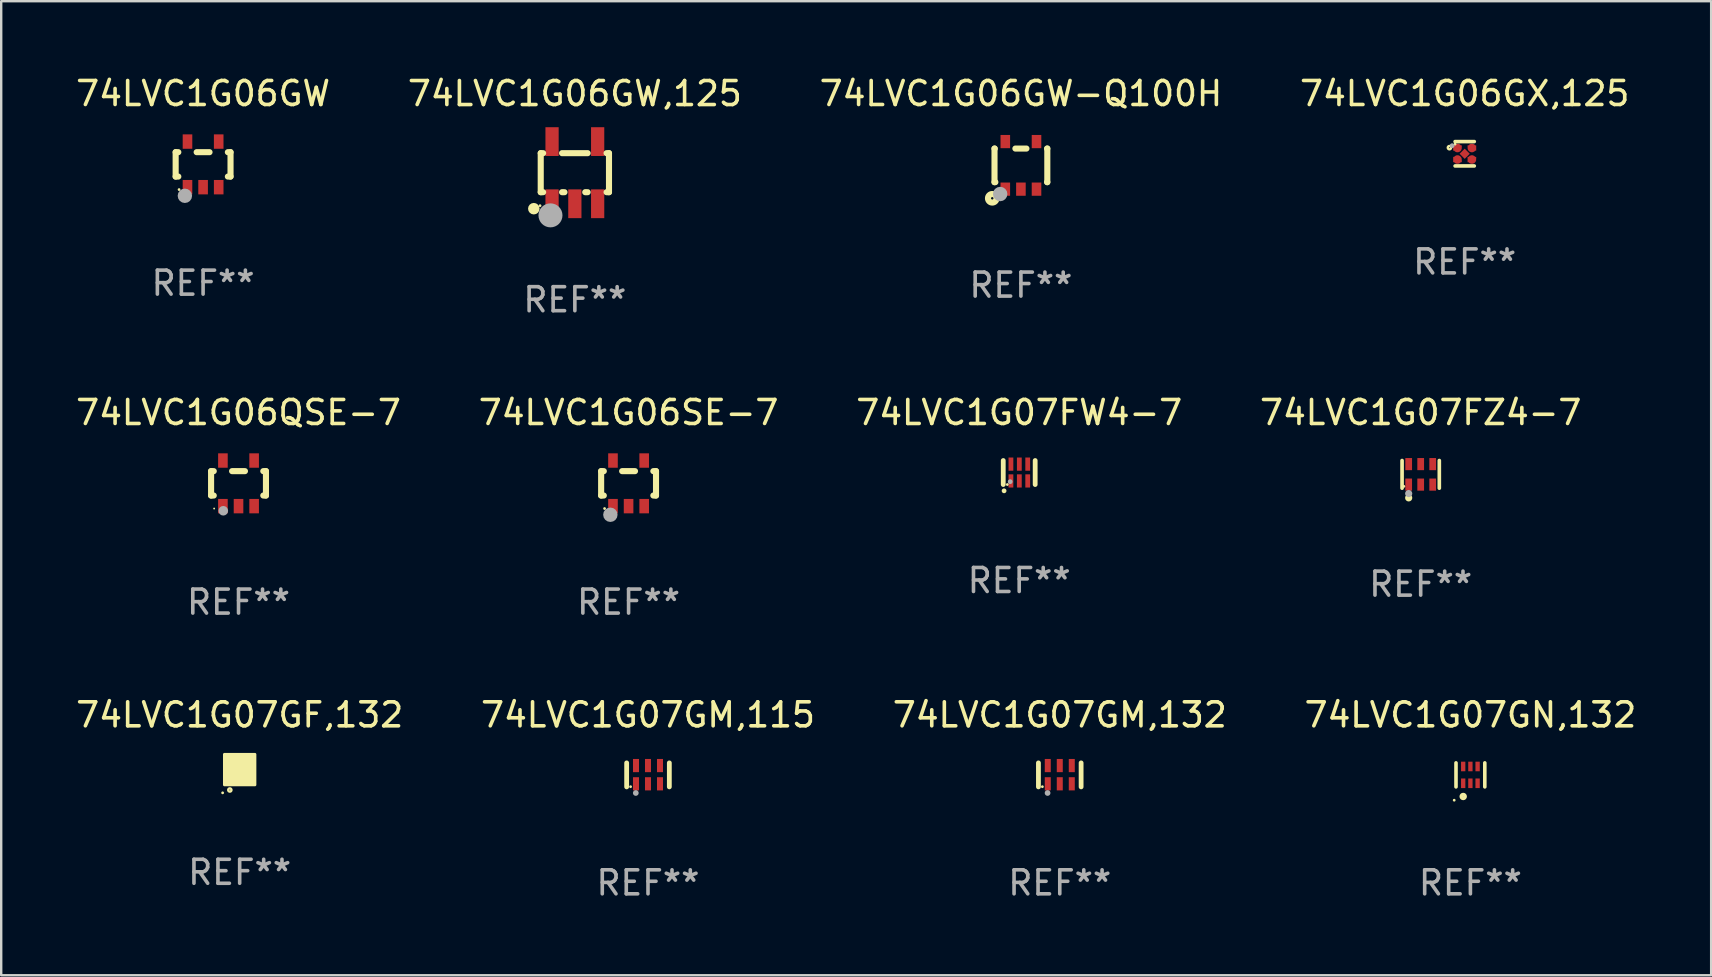
<source format=kicad_pcb>
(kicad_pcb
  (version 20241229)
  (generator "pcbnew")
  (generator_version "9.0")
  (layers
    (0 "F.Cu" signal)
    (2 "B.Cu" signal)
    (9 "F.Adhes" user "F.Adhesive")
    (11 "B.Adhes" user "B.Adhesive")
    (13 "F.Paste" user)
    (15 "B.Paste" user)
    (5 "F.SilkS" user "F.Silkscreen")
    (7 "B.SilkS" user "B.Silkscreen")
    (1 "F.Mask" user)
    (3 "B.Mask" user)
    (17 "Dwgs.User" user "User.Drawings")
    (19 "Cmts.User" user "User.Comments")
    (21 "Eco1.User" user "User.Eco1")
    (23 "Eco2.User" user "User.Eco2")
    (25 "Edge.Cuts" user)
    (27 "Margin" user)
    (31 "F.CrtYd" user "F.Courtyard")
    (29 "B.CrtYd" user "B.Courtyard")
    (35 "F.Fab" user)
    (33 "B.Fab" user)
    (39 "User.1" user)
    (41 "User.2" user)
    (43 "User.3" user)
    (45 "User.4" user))
  (footprint "74LVC1G06GX,125"
    (layer "F.Cu")
    (at 57.97 3.356)
    (property "Reference" "74LVC1G06GX,125" (at 0 -2.508 0) (layer "F.SilkS") (effects (font (size 1 1) (thickness 0.15))))
    (attr through_hole)
    (fp_line (start 0.4 -0.508) (end -0.4 -0.508) (stroke (width 0.15) (type solid)) (layer "F.SilkS"))
    (fp_line (start 0.4 0.508) (end -0.4 0.508) (stroke (width 0.15) (type solid)) (layer "F.SilkS"))
    (fp_circle (center -0.635 -0.254) (end -0.615 -0.254) (stroke (width 0.1) (type solid)) (fill no) (layer "F.SilkS"))
    (fp_circle (center -0.401 -0.4) (end -0.371 -0.4) (stroke (width 0.06) (type solid)) (fill no) (layer "F.SilkS"))
    (fp_circle (center -0.523 -0.337) (end -0.473 -0.337) (stroke (width 0.1) (type solid)) (fill no) (layer "F.Fab"))
    (fp_text user "REF**" (at 0 4.508 0) (layer "F.Fab") (effects (font (size 1 1) (thickness 0.15))))
    (pad "1" smd custom (at -0.3 -0.24) (size 0.36 0.22) (layers "F.Cu" "F.Mask" "F.Paste") (options (anchor circle)) (primitives (gr_poly (pts (xy -0.18 -0.11) (xy -0.18 0.11) (xy 0.000127 0.11) (xy 0.18 -0.03) (xy 0.18 -0.11) (xy -0.18 -0.11)) (width 0) (fill yes))))
    (pad "2" smd custom (at -0.3 0.24) (size 0.36 0.22) (layers "F.Cu" "F.Mask" "F.Paste") (options (anchor circle)) (primitives (gr_poly (pts (xy -0.18 0.11) (xy -0.18 -0.11) (xy 0.000127 -0.11) (xy 0.18 0.03) (xy 0.18 0.11) (xy -0.18 0.11)) (width 0) (fill yes))))
    (pad "3" smd rect (at 0.000102 -0.000127 45) (size 0.3 0.3) (layers "F.Cu" "F.Mask" "F.Paste"))
    (pad "4" smd custom (at 0.3 0.24 180) (size 0.36 0.22) (layers "F.Cu" "F.Mask" "F.Paste") (options (anchor circle)) (primitives (gr_poly (pts (xy 0.18 0.11) (xy 0.18 -0.11) (xy -0.000178 -0.11) (xy -0.18 0.03) (xy -0.18 0.11) (xy 0.18 0.11)) (width 0) (fill yes))))
    (pad "5" smd custom (at 0.3 -0.24) (size 0.36 0.22) (layers "F.Cu" "F.Mask" "F.Paste") (options (anchor circle)) (primitives (gr_poly (pts (xy 0.18 -0.11) (xy 0.18 0.11) (xy -0.000152 0.11) (xy -0.18 -0.03) (xy -0.18 -0.11) (xy 0.18 -0.11)) (width 0) (fill yes)))))
  (footprint "74LVC1G06SE-7"
    (layer "F.Cu")
    (at 23.137 17.086)
    (property "Reference" "74LVC1G06SE-7" (at 0 -2.95 0) (layer "F.SilkS") (effects (font (size 1 1) (thickness 0.15))))
    (attr through_hole)
    (fp_line (start -1.143 -0.508) (end -1.032 -0.508) (stroke (width 0.254) (type solid)) (layer "F.SilkS"))
    (fp_line (start -1.143 0.508) (end -1.143 -0.508) (stroke (width 0.254) (type solid)) (layer "F.SilkS"))
    (fp_line (start -1.032 0.508) (end -1.143 0.508) (stroke (width 0.254) (type solid)) (layer "F.SilkS"))
    (fp_line (start -0.268 -0.508) (end 0.268 -0.508) (stroke (width 0.254) (type solid)) (layer "F.SilkS"))
    (fp_line (start 1.032 -0.508) (end 1.143 -0.508) (stroke (width 0.254) (type solid)) (layer "F.SilkS"))
    (fp_line (start 1.143 -0.508) (end 1.143 0.508) (stroke (width 0.254) (type solid)) (layer "F.SilkS"))
    (fp_line (start 1.143 0.508) (end 1.032 0.508) (stroke (width 0.254) (type solid)) (layer "F.SilkS"))
    (fp_circle (center -1 1.05) (end -0.97 1.05) (stroke (width 0.06) (type solid)) (fill no) (layer "F.SilkS"))
    (fp_circle (center -0.759 1.309) (end -0.609 1.309) (stroke (width 0.3) (type solid)) (fill no) (layer "F.Fab"))
    (fp_text user "REF**" (at 0 4.95 0) (layer "F.Fab") (effects (font (size 1 1) (thickness 0.15))))
    (pad "1" smd rect (at -0.65 0.95 180) (size 0.4 0.6) (layers "F.Cu" "F.Mask" "F.Paste"))
    (pad "2" smd rect (at 0 0.95 180) (size 0.4 0.6) (layers "F.Cu" "F.Mask" "F.Paste"))
    (pad "3" smd rect (at 0.65 0.95 180) (size 0.4 0.6) (layers "F.Cu" "F.Mask" "F.Paste"))
    (pad "4" smd rect (at 0.65 -0.95 180) (size 0.4 0.6) (layers "F.Cu" "F.Mask" "F.Paste"))
    (pad "5" smd rect (at -0.65 -0.95 180) (size 0.4 0.6) (layers "F.Cu" "F.Mask" "F.Paste")))
  (footprint "74LVC1G06GW"
    (layer "F.Cu")
    (at 5.411 3.798)
    (property "Reference" "74LVC1G06GW" (at 0 -2.95 0) (layer "F.SilkS") (effects (font (size 1 1) (thickness 0.15))))
    (attr through_hole)
    (fp_line (start -1.143 -0.508) (end -1.032 -0.508) (stroke (width 0.254) (type solid)) (layer "F.SilkS"))
    (fp_line (start -1.143 0.508) (end -1.143 -0.508) (stroke (width 0.254) (type solid)) (layer "F.SilkS"))
    (fp_line (start -1.032 0.508) (end -1.143 0.508) (stroke (width 0.254) (type solid)) (layer "F.SilkS"))
    (fp_line (start -0.268 -0.508) (end 0.268 -0.508) (stroke (width 0.254) (type solid)) (layer "F.SilkS"))
    (fp_line (start 1.032 -0.508) (end 1.143 -0.508) (stroke (width 0.254) (type solid)) (layer "F.SilkS"))
    (fp_line (start 1.143 -0.508) (end 1.143 0.508) (stroke (width 0.254) (type solid)) (layer "F.SilkS"))
    (fp_line (start 1.143 0.508) (end 1.032 0.508) (stroke (width 0.254) (type solid)) (layer "F.SilkS"))
    (fp_circle (center -1 1.05) (end -0.97 1.05) (stroke (width 0.06) (type solid)) (fill no) (layer "F.SilkS"))
    (fp_circle (center -0.759 1.309) (end -0.609 1.309) (stroke (width 0.3) (type solid)) (fill no) (layer "F.Fab"))
    (fp_text user "REF**" (at 0 4.95 0) (layer "F.Fab") (effects (font (size 1 1) (thickness 0.15))))
    (pad "1" smd rect (at -0.65 0.95 180) (size 0.4 0.6) (layers "F.Cu" "F.Mask" "F.Paste"))
    (pad "2" smd rect (at 0 0.95 180) (size 0.4 0.6) (layers "F.Cu" "F.Mask" "F.Paste"))
    (pad "3" smd rect (at 0.65 0.95 180) (size 0.4 0.6) (layers "F.Cu" "F.Mask" "F.Paste"))
    (pad "4" smd rect (at 0.65 -0.95 180) (size 0.4 0.6) (layers "F.Cu" "F.Mask" "F.Paste"))
    (pad "5" smd rect (at -0.65 -0.95 180) (size 0.4 0.6) (layers "F.Cu" "F.Mask" "F.Paste")))
  (footprint "74LVC1G07FW4-7"
    (layer "F.Cu")
    (at 39.411 16.636)
    (property "Reference" "74LVC1G07FW4-7" (at 0 -2.5 0) (layer "F.SilkS") (effects (font (size 1 1) (thickness 0.15))))
    (attr through_hole)
    (fp_line (start -0.665 0.5) (end -0.665 -0.5) (stroke (width 0.2) (type solid)) (layer "F.SilkS"))
    (fp_line (start 0.665 0.5) (end 0.665 -0.5) (stroke (width 0.2) (type solid)) (layer "F.SilkS"))
    (fp_circle (center -0.63 0.762) (end -0.58 0.762) (stroke (width 0.1) (type solid)) (fill no) (layer "F.SilkS"))
    (fp_circle (center -0.495 0.5) (end -0.465 0.5) (stroke (width 0.06) (type solid)) (fill no) (layer "F.SilkS"))
    (fp_circle (center -0.376 0.381) (end -0.326 0.381) (stroke (width 0.1) (type solid)) (fill no) (layer "F.Fab"))
    (fp_text user "REF**" (at 0 4.5 0) (layer "F.Fab") (effects (font (size 1 1) (thickness 0.15))))
    (pad "1" smd rect (at -0.345 0.35 180) (size 0.2 0.55) (layers "F.Cu" "F.Mask" "F.Paste"))
    (pad "2" smd rect (at 0.005 0.35 180) (size 0.2 0.55) (layers "F.Cu" "F.Mask" "F.Paste"))
    (pad "3" smd rect (at 0.355 0.35 180) (size 0.2 0.55) (layers "F.Cu" "F.Mask" "F.Paste"))
    (pad "4" smd rect (at 0.355 -0.35 180) (size 0.2 0.55) (layers "F.Cu" "F.Mask" "F.Paste"))
    (pad "5" smd rect (at 0.005 -0.35 180) (size 0.2 0.55) (layers "F.Cu" "F.Mask" "F.Paste"))
    (pad "6" smd rect (at -0.345 -0.35 180) (size 0.2 0.55) (layers "F.Cu" "F.Mask" "F.Paste")))
  (footprint "74LVC1G06GW-Q100H"
    (layer "F.Cu")
    (at 39.482 3.839)
    (property "Reference" "74LVC1G06GW-Q100H" (at 0 -2.991 0) (layer "F.SilkS") (effects (font (size 1 1) (thickness 0.15))))
    (attr through_hole)
    (fp_line (start -1.1 -0.7) (end -1.1 0.7) (stroke (width 0.254) (type solid)) (layer "F.SilkS"))
    (fp_line (start -1.1 -0.7) (end -1.09 -0.7) (stroke (width 0.254) (type solid)) (layer "F.SilkS"))
    (fp_line (start -1.1 0.7) (end -1.065 0.7) (stroke (width 0.254) (type solid)) (layer "F.SilkS"))
    (fp_line (start -0.23 -0.7) (end 0.23 -0.7) (stroke (width 0.254) (type solid)) (layer "F.SilkS"))
    (fp_line (start 1.09 -0.7) (end 1.1 -0.7) (stroke (width 0.254) (type solid)) (layer "F.SilkS"))
    (fp_line (start 1.09 0.7) (end 1.1 0.7) (stroke (width 0.254) (type solid)) (layer "F.SilkS"))
    (fp_line (start 1.1 -0.7) (end 1.1 0.7) (stroke (width 0.254) (type solid)) (layer "F.SilkS"))
    (fp_circle (center -1.194 1.372) (end -1.143 1.372) (stroke (width 0.254) (type solid)) (fill no) (layer "F.SilkS"))
    (fp_circle (center -1.05 1.063) (end -1.02 1.063) (stroke (width 0.06) (type solid)) (fill no) (layer "F.SilkS"))
    (fp_circle (center -0.864 1.194) (end -0.713 1.194) (stroke (width 0.3) (type solid)) (fill no) (layer "F.Fab"))
    (fp_text user "REF**" (at 0 4.991 0) (layer "F.Fab") (effects (font (size 1 1) (thickness 0.15))))
    (pad "1" smd rect (at -0.65 0.991 180) (size 0.399 0.551) (layers "F.Cu" "F.Mask" "F.Paste"))
    (pad "2" smd rect (at 0 0.991 180) (size 0.399 0.551) (layers "F.Cu" "F.Mask" "F.Paste"))
    (pad "3" smd rect (at 0.65 0.991 180) (size 0.399 0.551) (layers "F.Cu" "F.Mask" "F.Paste"))
    (pad "4" smd rect (at 0.65 -0.991 180) (size 0.399 0.551) (layers "F.Cu" "F.Mask" "F.Paste"))
    (pad "5" smd rect (at -0.65 -0.991 180) (size 0.399 0.551) (layers "F.Cu" "F.Mask" "F.Paste")))
  (footprint "74LVC1G07GF,132"
    (layer "F.Cu")
    (at 6.935 29.012)
    (property "Reference" "74LVC1G07GF,132" (at 0 -2.28 0) (layer "F.SilkS") (effects (font (size 1 1) (thickness 0.15))))
    (attr through_hole)
    (fp_circle (center -0.71 0.968) (end -0.68 0.968) (stroke (width 0.06) (type solid)) (fill no) (layer "F.SilkS"))
    (fp_circle (center -0.41 0.85) (end -0.342 0.85) (stroke (width 0.1) (type solid)) (fill no) (layer "F.SilkS"))
    (fp_poly (pts (xy -0.635 -0.635) (xy 0.635 -0.635) (xy 0.635 0.635) (xy -0.635 0.635)) (stroke (width 0.12) (type solid)) (fill yes) (layer "F.SilkS"))
    (fp_text user "REF**" (at 0 4.28 0) (layer "F.Fab") (effects (font (size 1 1) (thickness 0.15))))
    (pad "1" smd rect (at -0.35 0.28 90) (size 0.35 0.2) (layers "F.Cu" "F.Mask" "F.Paste"))
    (pad "2" smd rect (at 0 0.28 90) (size 0.35 0.2) (layers "F.Cu" "F.Mask" "F.Paste"))
    (pad "3" smd rect (at 0.35 0.28 90) (size 0.35 0.2) (layers "F.Cu" "F.Mask" "F.Paste"))
    (pad "4" smd rect (at 0.35 -0.28 90) (size 0.35 0.2) (layers "F.Cu" "F.Mask" "F.Paste"))
    (pad "5" smd rect (at 0 -0.28 90) (size 0.35 0.2) (layers "F.Cu" "F.Mask" "F.Paste"))
    (pad "6" smd rect (at -0.35 -0.28 90) (size 0.35 0.2) (layers "F.Cu" "F.Mask" "F.Paste")))
  (footprint "74LVC1G07GN,132"
    (layer "F.Cu")
    (at 58.208 29.232)
    (property "Reference" "74LVC1G07GN,132" (at 0 -2.5 0) (layer "F.SilkS") (effects (font (size 1 1) (thickness 0.15))))
    (attr through_hole)
    (fp_line (start -0.6 -0.5) (end -0.6 0.5) (stroke (width 0.15) (type solid)) (layer "F.SilkS"))
    (fp_line (start 0.6 0.5) (end 0.6 -0.5) (stroke (width 0.15) (type solid)) (layer "F.SilkS"))
    (fp_circle (center -0.675 1.055) (end -0.645 1.055) (stroke (width 0.06) (type solid)) (fill no) (layer "F.SilkS"))
    (fp_circle (center -0.3 0.9) (end -0.22 0.9) (stroke (width 0.15) (type solid)) (fill no) (layer "F.SilkS"))
    (fp_text user "REF**" (at 0 4.5 0) (layer "F.Fab") (effects (font (size 1 1) (thickness 0.15))))
    (pad "1" smd rect (at -0.3 0.35) (size 0.18 0.4) (layers "F.Cu" "F.Mask" "F.Paste"))
    (pad "2" smd rect (at 0.000025 0.35) (size 0.18 0.4) (layers "F.Cu" "F.Mask" "F.Paste"))
    (pad "3" smd rect (at 0.3 0.35) (size 0.18 0.4) (layers "F.Cu" "F.Mask" "F.Paste"))
    (pad "4" smd rect (at 0.3 -0.35) (size 0.18 0.4) (layers "F.Cu" "F.Mask" "F.Paste"))
    (pad "5" smd rect (at 0.000025 -0.35) (size 0.18 0.4) (layers "F.Cu" "F.Mask" "F.Paste"))
    (pad "6" smd rect (at -0.3 -0.35) (size 0.18 0.4) (layers "F.Cu" "F.Mask" "F.Paste")))
  (footprint "74LVC1G06GW,125"
    (layer "F.Cu")
    (at 20.899 4.144)
    (property "Reference" "74LVC1G06GW,125" (at 0 -3.295 0) (layer "F.SilkS") (effects (font (size 1 1) (thickness 0.15))))
    (attr through_hole)
    (fp_line (start -1.422 -0.813) (end -1.321 -0.813) (stroke (width 0.254) (type solid)) (layer "F.SilkS"))
    (fp_line (start -1.422 0.813) (end -1.422 -0.813) (stroke (width 0.254) (type solid)) (layer "F.SilkS"))
    (fp_line (start -1.321 0.813) (end -1.422 0.813) (stroke (width 0.254) (type solid)) (layer "F.SilkS"))
    (fp_line (start -0.533 -0.813) (end 0.533 -0.813) (stroke (width 0.254) (type solid)) (layer "F.SilkS"))
    (fp_line (start -0.432 0.813) (end -0.533 0.813) (stroke (width 0.254) (type solid)) (layer "F.SilkS"))
    (fp_line (start 0.533 0.813) (end 0.432 0.813) (stroke (width 0.254) (type solid)) (layer "F.SilkS"))
    (fp_line (start 1.321 -0.813) (end 1.422 -0.813) (stroke (width 0.254) (type solid)) (layer "F.SilkS"))
    (fp_line (start 1.422 -0.813) (end 1.422 0.813) (stroke (width 0.254) (type solid)) (layer "F.SilkS"))
    (fp_line (start 1.422 0.813) (end 1.321 0.813) (stroke (width 0.254) (type solid)) (layer "F.SilkS"))
    (fp_circle (center -1.71 1.5) (end -1.59 1.5) (stroke (width 0.24) (type solid)) (fill no) (layer "F.SilkS"))
    (fp_circle (center -1.45 1.375) (end -1.42 1.375) (stroke (width 0.06) (type solid)) (fill no) (layer "F.SilkS"))
    (fp_circle (center -1.016 1.778) (end -0.766 1.778) (stroke (width 0.5) (type solid)) (fill no) (layer "F.Fab"))
    (fp_text user "REF**" (at 0 5.295 0) (layer "F.Fab") (effects (font (size 1 1) (thickness 0.15))))
    (pad "1" smd rect (at -0.95 1.295) (size 0.551 1.199) (layers "F.Cu" "F.Mask" "F.Paste"))
    (pad "2" smd rect (at 0 1.295) (size 0.551 1.199) (layers "F.Cu" "F.Mask" "F.Paste"))
    (pad "3" smd rect (at 0.95 1.295) (size 0.551 1.199) (layers "F.Cu" "F.Mask" "F.Paste"))
    (pad "4" smd rect (at 0.95 -1.295) (size 0.551 1.199) (layers "F.Cu" "F.Mask" "F.Paste"))
    (pad "5" smd rect (at -0.95 -1.295) (size 0.551 1.199) (layers "F.Cu" "F.Mask" "F.Paste")))
  (footprint "74LVC1G06QSE-7"
    (layer "F.Cu")
    (at 6.887 17.086)
    (property "Reference" "74LVC1G06QSE-7" (at 0 -2.95 0) (layer "F.SilkS") (effects (font (size 1 1) (thickness 0.15))))
    (attr through_hole)
    (fp_line (start -1.143 -0.508) (end -1.032 -0.508) (stroke (width 0.254) (type solid)) (layer "F.SilkS"))
    (fp_line (start -1.143 0.508) (end -1.143 -0.508) (stroke (width 0.254) (type solid)) (layer "F.SilkS"))
    (fp_line (start -1.032 0.508) (end -1.143 0.508) (stroke (width 0.254) (type solid)) (layer "F.SilkS"))
    (fp_line (start -0.268 -0.508) (end 0.268 -0.508) (stroke (width 0.254) (type solid)) (layer "F.SilkS"))
    (fp_line (start 1.032 -0.508) (end 1.143 -0.508) (stroke (width 0.254) (type solid)) (layer "F.SilkS"))
    (fp_line (start 1.143 -0.508) (end 1.143 0.508) (stroke (width 0.254) (type solid)) (layer "F.SilkS"))
    (fp_line (start 1.143 0.508) (end 1.032 0.508) (stroke (width 0.254) (type solid)) (layer "F.SilkS"))
    (fp_circle (center -1.016 1.05) (end -0.996 1.05) (stroke (width 0.04) (type solid)) (fill no) (layer "F.SilkS"))
    (fp_circle (center -0.635 1.143) (end -0.535 1.143) (stroke (width 0.2) (type solid)) (fill no) (layer "F.Fab"))
    (fp_text user "REF**" (at 0 4.95 0) (layer "F.Fab") (effects (font (size 1 1) (thickness 0.15))))
    (pad "1" smd rect (at -0.65 0.95) (size 0.4 0.6) (layers "F.Cu" "F.Mask" "F.Paste"))
    (pad "2" smd rect (at 0 0.95) (size 0.4 0.6) (layers "F.Cu" "F.Mask" "F.Paste"))
    (pad "3" smd rect (at 0.65 0.95) (size 0.4 0.6) (layers "F.Cu" "F.Mask" "F.Paste"))
    (pad "4" smd rect (at 0.65 -0.95) (size 0.4 0.6) (layers "F.Cu" "F.Mask" "F.Paste"))
    (pad "5" smd rect (at -0.65 -0.95) (size 0.4 0.6) (layers "F.Cu" "F.Mask" "F.Paste")))
  (footprint "74LVC1G07GM,132"
    (layer "F.Cu")
    (at 41.101 29.232)
    (property "Reference" "74LVC1G07GM,132" (at 0 -2.5 0) (layer "F.SilkS") (effects (font (size 1 1) (thickness 0.15))))
    (attr through_hole)
    (fp_line (start -0.889 0.5) (end -0.889 -0.5) (stroke (width 0.2) (type solid)) (layer "F.SilkS"))
    (fp_line (start 0.889 0.5) (end 0.889 -0.5) (stroke (width 0.2) (type solid)) (layer "F.SilkS"))
    (fp_circle (center -0.725 0.492) (end -0.695 0.492) (stroke (width 0.06) (type solid)) (fill no) (layer "F.SilkS"))
    (fp_circle (center -0.508 0.754) (end -0.448 0.754) (stroke (width 0.12) (type solid)) (fill no) (layer "F.Fab"))
    (fp_text user "REF**" (at 0 4.5 0) (layer "F.Fab") (effects (font (size 1 1) (thickness 0.15))))
    (pad "1" smd rect (at -0.5 0.372) (size 0.25 0.55) (layers "F.Cu" "F.Mask" "F.Paste"))
    (pad "2" smd rect (at -0.000127 0.372) (size 0.25 0.55) (layers "F.Cu" "F.Mask" "F.Paste"))
    (pad "3" smd rect (at 0.5 0.372) (size 0.25 0.55) (layers "F.Cu" "F.Mask" "F.Paste"))
    (pad "4" smd rect (at 0.5 -0.388 180) (size 0.25 0.55) (layers "F.Cu" "F.Mask" "F.Paste"))
    (pad "5" smd rect (at -0.000127 -0.388 180) (size 0.25 0.55) (layers "F.Cu" "F.Mask" "F.Paste"))
    (pad "6" smd rect (at -0.5 -0.388 180) (size 0.25 0.55) (layers "F.Cu" "F.Mask" "F.Paste")))
  (footprint "74LVC1G07FZ4-7"
    (layer "F.Cu")
    (at 56.137 16.712)
    (property "Reference" "74LVC1G07FZ4-7" (at 0 -2.576 0) (layer "F.SilkS") (effects (font (size 1 1) (thickness 0.15))))
    (attr through_hole)
    (fp_line (start -0.776 0.576) (end -0.776 -0.576) (stroke (width 0.152) (type solid)) (layer "F.SilkS"))
    (fp_line (start 0.776 0.576) (end 0.776 -0.576) (stroke (width 0.152) (type solid)) (layer "F.SilkS"))
    (fp_circle (center -0.7 0.5) (end -0.67 0.5) (stroke (width 0.06) (type solid)) (fill no) (layer "F.SilkS"))
    (fp_circle (center -0.5 0.98) (end -0.425 0.98) (stroke (width 0.15) (type solid)) (fill no) (layer "F.SilkS"))
    (fp_circle (center -0.5 0.8) (end -0.425 0.8) (stroke (width 0.15) (type solid)) (fill no) (layer "F.Fab"))
    (fp_text user "REF**" (at 0 4.576 0) (layer "F.Fab") (effects (font (size 1 1) (thickness 0.15))))
    (pad "1" smd rect (at -0.5 0.427) (size 0.28 0.505) (layers "F.Cu" "F.Mask" "F.Paste"))
    (pad "2" smd rect (at 0 0.427) (size 0.28 0.505) (layers "F.Cu" "F.Mask" "F.Paste"))
    (pad "3" smd rect (at 0.5 0.427) (size 0.28 0.505) (layers "F.Cu" "F.Mask" "F.Paste"))
    (pad "4" smd rect (at 0.5 -0.427) (size 0.28 0.505) (layers "F.Cu" "F.Mask" "F.Paste"))
    (pad "5" smd rect (at 0 -0.427) (size 0.28 0.505) (layers "F.Cu" "F.Mask" "F.Paste"))
    (pad "6" smd rect (at -0.5 -0.427) (size 0.28 0.505) (layers "F.Cu" "F.Mask" "F.Paste")))
  (footprint "74LVC1G07GM,115"
    (layer "F.Cu")
    (at 23.946 29.232)
    (property "Reference" "74LVC1G07GM,115" (at 0 -2.5 0) (layer "F.SilkS") (effects (font (size 1 1) (thickness 0.15))))
    (attr through_hole)
    (fp_line (start -0.889 0.5) (end -0.889 -0.5) (stroke (width 0.2) (type solid)) (layer "F.SilkS"))
    (fp_line (start 0.889 0.5) (end 0.889 -0.5) (stroke (width 0.2) (type solid)) (layer "F.SilkS"))
    (fp_circle (center -0.725 0.492) (end -0.695 0.492) (stroke (width 0.06) (type solid)) (fill no) (layer "F.SilkS"))
    (fp_circle (center -0.508 0.754) (end -0.448 0.754) (stroke (width 0.12) (type solid)) (fill no) (layer "F.Fab"))
    (fp_text user "REF**" (at 0 4.5 0) (layer "F.Fab") (effects (font (size 1 1) (thickness 0.15))))
    (pad "1" smd rect (at -0.5 0.372) (size 0.25 0.55) (layers "F.Cu" "F.Mask" "F.Paste"))
    (pad "2" smd rect (at -0.000127 0.372) (size 0.25 0.55) (layers "F.Cu" "F.Mask" "F.Paste"))
    (pad "3" smd rect (at 0.5 0.372) (size 0.25 0.55) (layers "F.Cu" "F.Mask" "F.Paste"))
    (pad "4" smd rect (at 0.5 -0.388 180) (size 0.25 0.55) (layers "F.Cu" "F.Mask" "F.Paste"))
    (pad "5" smd rect (at -0.000127 -0.388 180) (size 0.25 0.55) (layers "F.Cu" "F.Mask" "F.Paste"))
    (pad "6" smd rect (at -0.5 -0.388 180) (size 0.25 0.55) (layers "F.Cu" "F.Mask" "F.Paste")))
  (gr_rect
    (start -3 -3)
    (end 68.238 37.58)
    (stroke (width 0.1) (type default))
    (fill no)
    (layer "Edge.Cuts")))
</source>
